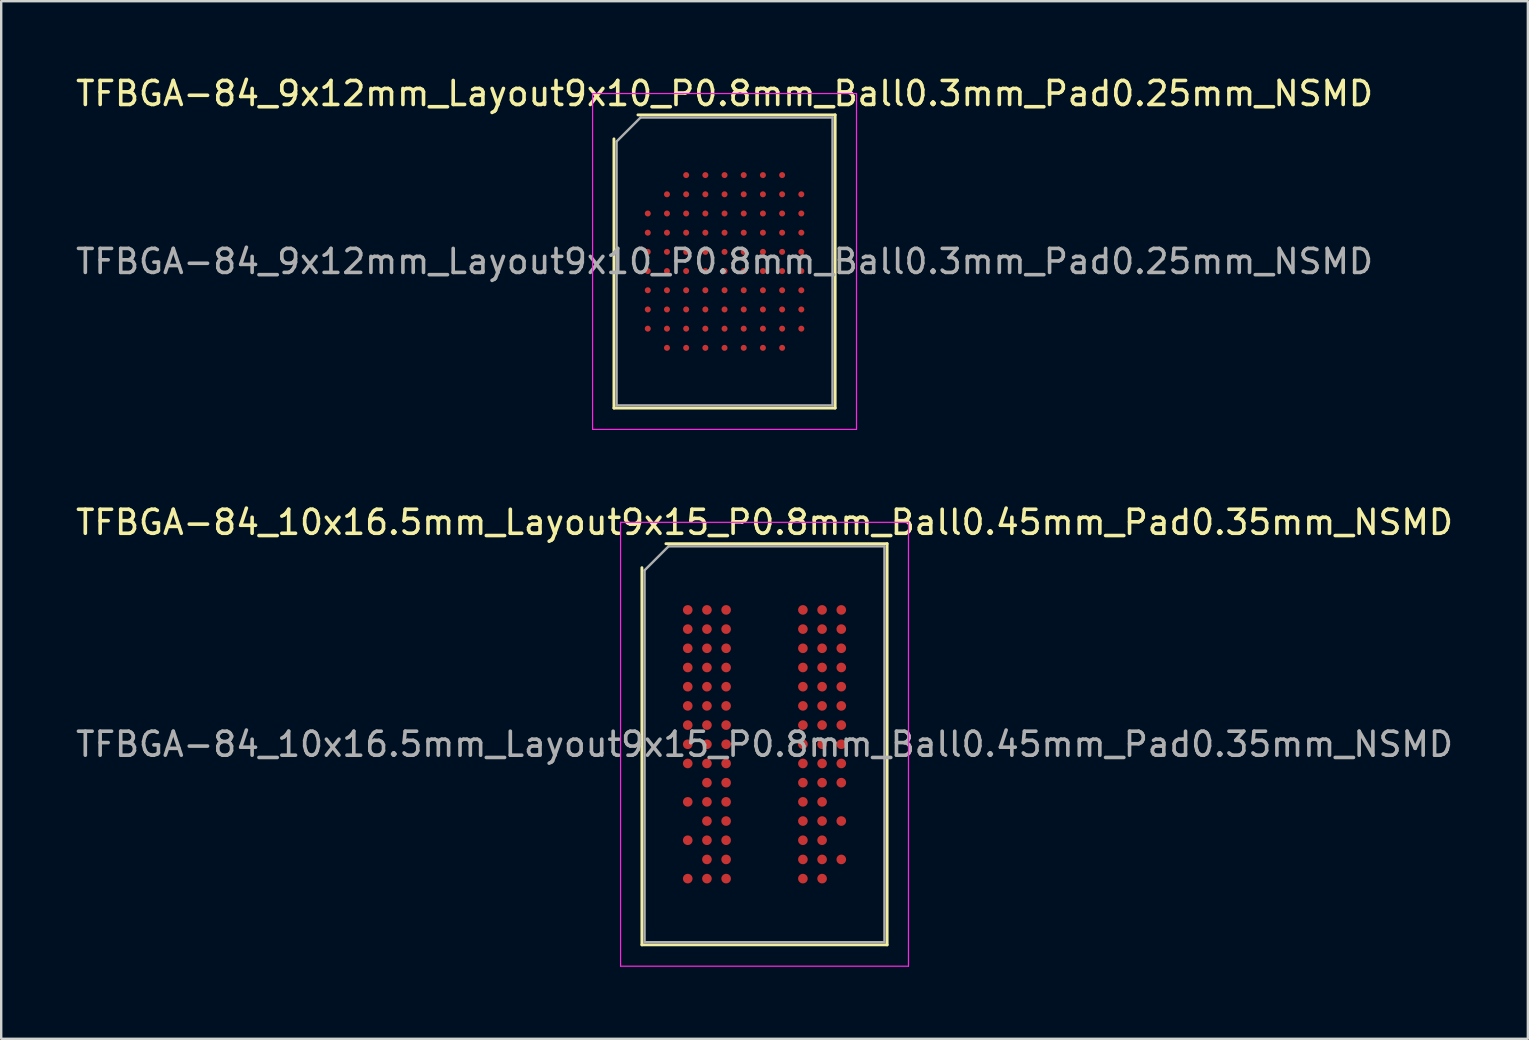
<source format=kicad_pcb>
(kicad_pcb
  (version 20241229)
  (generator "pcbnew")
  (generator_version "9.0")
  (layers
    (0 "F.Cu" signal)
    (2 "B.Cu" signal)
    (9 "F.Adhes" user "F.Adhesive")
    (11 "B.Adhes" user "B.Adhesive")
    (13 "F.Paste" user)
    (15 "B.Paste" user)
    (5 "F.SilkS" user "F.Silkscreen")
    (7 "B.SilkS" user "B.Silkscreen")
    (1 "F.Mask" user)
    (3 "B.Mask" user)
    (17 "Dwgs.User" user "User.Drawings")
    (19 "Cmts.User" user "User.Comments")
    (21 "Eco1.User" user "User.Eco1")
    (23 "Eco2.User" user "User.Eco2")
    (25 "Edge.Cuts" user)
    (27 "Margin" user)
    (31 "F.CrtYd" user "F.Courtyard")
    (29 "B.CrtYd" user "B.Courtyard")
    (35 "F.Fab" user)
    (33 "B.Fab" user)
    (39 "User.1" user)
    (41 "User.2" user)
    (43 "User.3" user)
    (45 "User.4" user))
  (footprint "TFBGA-84_10x16.5mm_Layout9x15_P0.8mm_Ball0.45mm_Pad0.35mm_NSMD"
    (layer "F.Cu")
    (at 28.815 27.971)
    (property "Reference" "TFBGA-84_10x16.5mm_Layout9x15_P0.8mm_Ball0.45mm_Pad0.35mm_NSMD" (at 0 -9.25 0) (layer "F.SilkS") (effects (font (size 1 1) (thickness 0.15))))
    (attr smd)
    (fp_line (start -5.11 8.36) (end -5.11 -7.36) (stroke (width 0.12) (type solid)) (layer "F.SilkS"))
    (fp_line (start -4.11 -8.36) (end 5.11 -8.36) (stroke (width 0.12) (type solid)) (layer "F.SilkS"))
    (fp_line (start 5.11 -8.36) (end 5.11 8.36) (stroke (width 0.12) (type solid)) (layer "F.SilkS"))
    (fp_line (start 5.11 8.36) (end -5.11 8.36) (stroke (width 0.12) (type solid)) (layer "F.SilkS"))
    (fp_line (start -6 -9.25) (end -6 9.25) (stroke (width 0.05) (type solid)) (layer "F.CrtYd"))
    (fp_line (start -6 9.25) (end 6 9.25) (stroke (width 0.05) (type solid)) (layer "F.CrtYd"))
    (fp_line (start 6 -9.25) (end -6 -9.25) (stroke (width 0.05) (type solid)) (layer "F.CrtYd"))
    (fp_line (start 6 9.25) (end 6 -9.25) (stroke (width 0.05) (type solid)) (layer "F.CrtYd"))
    (fp_line (start -5 -7.25) (end -4 -8.25) (stroke (width 0.1) (type solid)) (layer "F.Fab"))
    (fp_line (start -5 8.25) (end -5 -7.25) (stroke (width 0.1) (type solid)) (layer "F.Fab"))
    (fp_line (start -4 -8.25) (end 5 -8.25) (stroke (width 0.1) (type solid)) (layer "F.Fab"))
    (fp_line (start 5 -8.25) (end 5 8.25) (stroke (width 0.1) (type solid)) (layer "F.Fab"))
    (fp_line (start 5 8.25) (end -5 8.25) (stroke (width 0.1) (type solid)) (layer "F.Fab"))
    (fp_text user "${REFERENCE}" (at 0 0 0) (layer "F.Fab") (effects (font (size 1 1) (thickness 0.15))))
    (pad "A1" smd circle (at -3.2 -5.6) (size 0.4 0.4) (layers "F.Cu" "F.Mask" "F.Paste"))
    (pad "A2" smd circle (at -2.4 -5.6) (size 0.4 0.4) (layers "F.Cu" "F.Mask" "F.Paste"))
    (pad "A3" smd circle (at -1.6 -5.6) (size 0.4 0.4) (layers "F.Cu" "F.Mask" "F.Paste"))
    (pad "A7" smd circle (at 1.6 -5.6) (size 0.4 0.4) (layers "F.Cu" "F.Mask" "F.Paste"))
    (pad "A8" smd circle (at 2.4 -5.6) (size 0.4 0.4) (layers "F.Cu" "F.Mask" "F.Paste"))
    (pad "A9" smd circle (at 3.2 -5.6) (size 0.4 0.4) (layers "F.Cu" "F.Mask" "F.Paste"))
    (pad "B1" smd circle (at -3.2 -4.8) (size 0.4 0.4) (layers "F.Cu" "F.Mask" "F.Paste"))
    (pad "B2" smd circle (at -2.4 -4.8) (size 0.4 0.4) (layers "F.Cu" "F.Mask" "F.Paste"))
    (pad "B3" smd circle (at -1.6 -4.8) (size 0.4 0.4) (layers "F.Cu" "F.Mask" "F.Paste"))
    (pad "B7" smd circle (at 1.6 -4.8) (size 0.4 0.4) (layers "F.Cu" "F.Mask" "F.Paste"))
    (pad "B8" smd circle (at 2.4 -4.8) (size 0.4 0.4) (layers "F.Cu" "F.Mask" "F.Paste"))
    (pad "B9" smd circle (at 3.2 -4.8) (size 0.4 0.4) (layers "F.Cu" "F.Mask" "F.Paste"))
    (pad "C1" smd circle (at -3.2 -4) (size 0.4 0.4) (layers "F.Cu" "F.Mask" "F.Paste"))
    (pad "C2" smd circle (at -2.4 -4) (size 0.4 0.4) (layers "F.Cu" "F.Mask" "F.Paste"))
    (pad "C3" smd circle (at -1.6 -4) (size 0.4 0.4) (layers "F.Cu" "F.Mask" "F.Paste"))
    (pad "C7" smd circle (at 1.6 -4) (size 0.4 0.4) (layers "F.Cu" "F.Mask" "F.Paste"))
    (pad "C8" smd circle (at 2.4 -4) (size 0.4 0.4) (layers "F.Cu" "F.Mask" "F.Paste"))
    (pad "C9" smd circle (at 3.2 -4) (size 0.4 0.4) (layers "F.Cu" "F.Mask" "F.Paste"))
    (pad "D1" smd circle (at -3.2 -3.2) (size 0.4 0.4) (layers "F.Cu" "F.Mask" "F.Paste"))
    (pad "D2" smd circle (at -2.4 -3.2) (size 0.4 0.4) (layers "F.Cu" "F.Mask" "F.Paste"))
    (pad "D3" smd circle (at -1.6 -3.2) (size 0.4 0.4) (layers "F.Cu" "F.Mask" "F.Paste"))
    (pad "D7" smd circle (at 1.6 -3.2) (size 0.4 0.4) (layers "F.Cu" "F.Mask" "F.Paste"))
    (pad "D8" smd circle (at 2.4 -3.2) (size 0.4 0.4) (layers "F.Cu" "F.Mask" "F.Paste"))
    (pad "D9" smd circle (at 3.2 -3.2) (size 0.4 0.4) (layers "F.Cu" "F.Mask" "F.Paste"))
    (pad "E1" smd circle (at -3.2 -2.4) (size 0.4 0.4) (layers "F.Cu" "F.Mask" "F.Paste"))
    (pad "E2" smd circle (at -2.4 -2.4) (size 0.4 0.4) (layers "F.Cu" "F.Mask" "F.Paste"))
    (pad "E3" smd circle (at -1.6 -2.4) (size 0.4 0.4) (layers "F.Cu" "F.Mask" "F.Paste"))
    (pad "E7" smd circle (at 1.6 -2.4) (size 0.4 0.4) (layers "F.Cu" "F.Mask" "F.Paste"))
    (pad "E8" smd circle (at 2.4 -2.4) (size 0.4 0.4) (layers "F.Cu" "F.Mask" "F.Paste"))
    (pad "E9" smd circle (at 3.2 -2.4) (size 0.4 0.4) (layers "F.Cu" "F.Mask" "F.Paste"))
    (pad "F1" smd circle (at -3.2 -1.6) (size 0.4 0.4) (layers "F.Cu" "F.Mask" "F.Paste"))
    (pad "F2" smd circle (at -2.4 -1.6) (size 0.4 0.4) (layers "F.Cu" "F.Mask" "F.Paste"))
    (pad "F3" smd circle (at -1.6 -1.6) (size 0.4 0.4) (layers "F.Cu" "F.Mask" "F.Paste"))
    (pad "F7" smd circle (at 1.6 -1.6) (size 0.4 0.4) (layers "F.Cu" "F.Mask" "F.Paste"))
    (pad "F8" smd circle (at 2.4 -1.6) (size 0.4 0.4) (layers "F.Cu" "F.Mask" "F.Paste"))
    (pad "F9" smd circle (at 3.2 -1.6) (size 0.4 0.4) (layers "F.Cu" "F.Mask" "F.Paste"))
    (pad "G1" smd circle (at -3.2 -0.8) (size 0.4 0.4) (layers "F.Cu" "F.Mask" "F.Paste"))
    (pad "G2" smd circle (at -2.4 -0.8) (size 0.4 0.4) (layers "F.Cu" "F.Mask" "F.Paste"))
    (pad "G3" smd circle (at -1.6 -0.8) (size 0.4 0.4) (layers "F.Cu" "F.Mask" "F.Paste"))
    (pad "G7" smd circle (at 1.6 -0.8) (size 0.4 0.4) (layers "F.Cu" "F.Mask" "F.Paste"))
    (pad "G8" smd circle (at 2.4 -0.8) (size 0.4 0.4) (layers "F.Cu" "F.Mask" "F.Paste"))
    (pad "G9" smd circle (at 3.2 -0.8) (size 0.4 0.4) (layers "F.Cu" "F.Mask" "F.Paste"))
    (pad "H1" smd circle (at -3.2 0) (size 0.4 0.4) (layers "F.Cu" "F.Mask" "F.Paste"))
    (pad "H2" smd circle (at -2.4 0) (size 0.4 0.4) (layers "F.Cu" "F.Mask" "F.Paste"))
    (pad "H3" smd circle (at -1.6 0) (size 0.4 0.4) (layers "F.Cu" "F.Mask" "F.Paste"))
    (pad "H7" smd circle (at 1.6 0) (size 0.4 0.4) (layers "F.Cu" "F.Mask" "F.Paste"))
    (pad "H8" smd circle (at 2.4 0) (size 0.4 0.4) (layers "F.Cu" "F.Mask" "F.Paste"))
    (pad "H9" smd circle (at 3.2 0) (size 0.4 0.4) (layers "F.Cu" "F.Mask" "F.Paste"))
    (pad "J1" smd circle (at -3.2 0.8) (size 0.4 0.4) (layers "F.Cu" "F.Mask" "F.Paste"))
    (pad "J2" smd circle (at -2.4 0.8) (size 0.4 0.4) (layers "F.Cu" "F.Mask" "F.Paste"))
    (pad "J3" smd circle (at -1.6 0.8) (size 0.4 0.4) (layers "F.Cu" "F.Mask" "F.Paste"))
    (pad "J7" smd circle (at 1.6 0.8) (size 0.4 0.4) (layers "F.Cu" "F.Mask" "F.Paste"))
    (pad "J8" smd circle (at 2.4 0.8) (size 0.4 0.4) (layers "F.Cu" "F.Mask" "F.Paste"))
    (pad "J9" smd circle (at 3.2 0.8) (size 0.4 0.4) (layers "F.Cu" "F.Mask" "F.Paste"))
    (pad "K2" smd circle (at -2.4 1.6) (size 0.4 0.4) (layers "F.Cu" "F.Mask" "F.Paste"))
    (pad "K3" smd circle (at -1.6 1.6) (size 0.4 0.4) (layers "F.Cu" "F.Mask" "F.Paste"))
    (pad "K7" smd circle (at 1.6 1.6) (size 0.4 0.4) (layers "F.Cu" "F.Mask" "F.Paste"))
    (pad "K8" smd circle (at 2.4 1.6) (size 0.4 0.4) (layers "F.Cu" "F.Mask" "F.Paste"))
    (pad "K9" smd circle (at 3.2 1.6) (size 0.4 0.4) (layers "F.Cu" "F.Mask" "F.Paste"))
    (pad "L1" smd circle (at -3.2 2.4) (size 0.4 0.4) (layers "F.Cu" "F.Mask" "F.Paste"))
    (pad "L2" smd circle (at -2.4 2.4) (size 0.4 0.4) (layers "F.Cu" "F.Mask" "F.Paste"))
    (pad "L3" smd circle (at -1.6 2.4) (size 0.4 0.4) (layers "F.Cu" "F.Mask" "F.Paste"))
    (pad "L7" smd circle (at 1.6 2.4) (size 0.4 0.4) (layers "F.Cu" "F.Mask" "F.Paste"))
    (pad "L8" smd circle (at 2.4 2.4) (size 0.4 0.4) (layers "F.Cu" "F.Mask" "F.Paste"))
    (pad "M2" smd circle (at -2.4 3.2) (size 0.4 0.4) (layers "F.Cu" "F.Mask" "F.Paste"))
    (pad "M3" smd circle (at -1.6 3.2) (size 0.4 0.4) (layers "F.Cu" "F.Mask" "F.Paste"))
    (pad "M7" smd circle (at 1.6 3.2) (size 0.4 0.4) (layers "F.Cu" "F.Mask" "F.Paste"))
    (pad "M8" smd circle (at 2.4 3.2) (size 0.4 0.4) (layers "F.Cu" "F.Mask" "F.Paste"))
    (pad "M9" smd circle (at 3.2 3.2) (size 0.4 0.4) (layers "F.Cu" "F.Mask" "F.Paste"))
    (pad "N1" smd circle (at -3.2 4) (size 0.4 0.4) (layers "F.Cu" "F.Mask" "F.Paste"))
    (pad "N2" smd circle (at -2.4 4) (size 0.4 0.4) (layers "F.Cu" "F.Mask" "F.Paste"))
    (pad "N3" smd circle (at -1.6 4) (size 0.4 0.4) (layers "F.Cu" "F.Mask" "F.Paste"))
    (pad "N7" smd circle (at 1.6 4) (size 0.4 0.4) (layers "F.Cu" "F.Mask" "F.Paste"))
    (pad "N8" smd circle (at 2.4 4) (size 0.4 0.4) (layers "F.Cu" "F.Mask" "F.Paste"))
    (pad "P2" smd circle (at -2.4 4.8) (size 0.4 0.4) (layers "F.Cu" "F.Mask" "F.Paste"))
    (pad "P3" smd circle (at -1.6 4.8) (size 0.4 0.4) (layers "F.Cu" "F.Mask" "F.Paste"))
    (pad "P7" smd circle (at 1.6 4.8) (size 0.4 0.4) (layers "F.Cu" "F.Mask" "F.Paste"))
    (pad "P8" smd circle (at 2.4 4.8) (size 0.4 0.4) (layers "F.Cu" "F.Mask" "F.Paste"))
    (pad "P9" smd circle (at 3.2 4.8) (size 0.4 0.4) (layers "F.Cu" "F.Mask" "F.Paste"))
    (pad "R1" smd circle (at -3.2 5.6) (size 0.4 0.4) (layers "F.Cu" "F.Mask" "F.Paste"))
    (pad "R2" smd circle (at -2.4 5.6) (size 0.4 0.4) (layers "F.Cu" "F.Mask" "F.Paste"))
    (pad "R3" smd circle (at -1.6 5.6) (size 0.4 0.4) (layers "F.Cu" "F.Mask" "F.Paste"))
    (pad "R7" smd circle (at 1.6 5.6) (size 0.4 0.4) (layers "F.Cu" "F.Mask" "F.Paste"))
    (pad "R8" smd circle (at 2.4 5.6) (size 0.4 0.4) (layers "F.Cu" "F.Mask" "F.Paste")))
  (footprint "TFBGA-84_9x12mm_Layout9x10_P0.8mm_Ball0.3mm_Pad0.25mm_NSMD"
    (layer "F.Cu")
    (at 27.149 7.848)
    (property "Reference" "TFBGA-84_9x12mm_Layout9x10_P0.8mm_Ball0.3mm_Pad0.25mm_NSMD" (at 0 -7 0) (layer "F.SilkS") (effects (font (size 1 1) (thickness 0.15))))
    (attr smd)
    (fp_line (start -4.61 6.11) (end -4.61 -5.11) (stroke (width 0.12) (type solid)) (layer "F.SilkS"))
    (fp_line (start -3.61 -6.11) (end 4.61 -6.11) (stroke (width 0.12) (type solid)) (layer "F.SilkS"))
    (fp_line (start 4.61 -6.11) (end 4.61 6.11) (stroke (width 0.12) (type solid)) (layer "F.SilkS"))
    (fp_line (start 4.61 6.11) (end -4.61 6.11) (stroke (width 0.12) (type solid)) (layer "F.SilkS"))
    (fp_line (start -5.5 -7) (end -5.5 7) (stroke (width 0.05) (type solid)) (layer "F.CrtYd"))
    (fp_line (start -5.5 7) (end 5.5 7) (stroke (width 0.05) (type solid)) (layer "F.CrtYd"))
    (fp_line (start 5.5 -7) (end -5.5 -7) (stroke (width 0.05) (type solid)) (layer "F.CrtYd"))
    (fp_line (start 5.5 7) (end 5.5 -7) (stroke (width 0.05) (type solid)) (layer "F.CrtYd"))
    (fp_line (start -4.5 -5) (end -3.5 -6) (stroke (width 0.1) (type solid)) (layer "F.Fab"))
    (fp_line (start -4.5 6) (end -4.5 -5) (stroke (width 0.1) (type solid)) (layer "F.Fab"))
    (fp_line (start -3.5 -6) (end 4.5 -6) (stroke (width 0.1) (type solid)) (layer "F.Fab"))
    (fp_line (start 4.5 -6) (end 4.5 6) (stroke (width 0.1) (type solid)) (layer "F.Fab"))
    (fp_line (start 4.5 6) (end -4.5 6) (stroke (width 0.1) (type solid)) (layer "F.Fab"))
    (fp_text user "${REFERENCE}" (at 0 0 0) (layer "F.Fab") (effects (font (size 1 1) (thickness 0.15))))
    (pad "A3" smd circle (at -1.6 -3.6) (size 0.25 0.25) (layers "F.Cu" "F.Mask" "F.Paste"))
    (pad "A4" smd circle (at -0.8 -3.6) (size 0.25 0.25) (layers "F.Cu" "F.Mask" "F.Paste"))
    (pad "A5" smd circle (at 0 -3.6) (size 0.25 0.25) (layers "F.Cu" "F.Mask" "F.Paste"))
    (pad "A6" smd circle (at 0.8 -3.6) (size 0.25 0.25) (layers "F.Cu" "F.Mask" "F.Paste"))
    (pad "A7" smd circle (at 1.6 -3.6) (size 0.25 0.25) (layers "F.Cu" "F.Mask" "F.Paste"))
    (pad "A8" smd circle (at 2.4 -3.6) (size 0.25 0.25) (layers "F.Cu" "F.Mask" "F.Paste"))
    (pad "B2" smd circle (at -2.4 -2.8) (size 0.25 0.25) (layers "F.Cu" "F.Mask" "F.Paste"))
    (pad "B3" smd circle (at -1.6 -2.8) (size 0.25 0.25) (layers "F.Cu" "F.Mask" "F.Paste"))
    (pad "B4" smd circle (at -0.8 -2.8) (size 0.25 0.25) (layers "F.Cu" "F.Mask" "F.Paste"))
    (pad "B5" smd circle (at 0 -2.8) (size 0.25 0.25) (layers "F.Cu" "F.Mask" "F.Paste"))
    (pad "B6" smd circle (at 0.8 -2.8) (size 0.25 0.25) (layers "F.Cu" "F.Mask" "F.Paste"))
    (pad "B7" smd circle (at 1.6 -2.8) (size 0.25 0.25) (layers "F.Cu" "F.Mask" "F.Paste"))
    (pad "B8" smd circle (at 2.4 -2.8) (size 0.25 0.25) (layers "F.Cu" "F.Mask" "F.Paste"))
    (pad "B9" smd circle (at 3.2 -2.8) (size 0.25 0.25) (layers "F.Cu" "F.Mask" "F.Paste"))
    (pad "C1" smd circle (at -3.2 -2) (size 0.25 0.25) (layers "F.Cu" "F.Mask" "F.Paste"))
    (pad "C2" smd circle (at -2.4 -2) (size 0.25 0.25) (layers "F.Cu" "F.Mask" "F.Paste"))
    (pad "C3" smd circle (at -1.6 -2) (size 0.25 0.25) (layers "F.Cu" "F.Mask" "F.Paste"))
    (pad "C4" smd circle (at -0.8 -2) (size 0.25 0.25) (layers "F.Cu" "F.Mask" "F.Paste"))
    (pad "C5" smd circle (at 0 -2) (size 0.25 0.25) (layers "F.Cu" "F.Mask" "F.Paste"))
    (pad "C6" smd circle (at 0.8 -2) (size 0.25 0.25) (layers "F.Cu" "F.Mask" "F.Paste"))
    (pad "C7" smd circle (at 1.6 -2) (size 0.25 0.25) (layers "F.Cu" "F.Mask" "F.Paste"))
    (pad "C8" smd circle (at 2.4 -2) (size 0.25 0.25) (layers "F.Cu" "F.Mask" "F.Paste"))
    (pad "C9" smd circle (at 3.2 -2) (size 0.25 0.25) (layers "F.Cu" "F.Mask" "F.Paste"))
    (pad "D1" smd circle (at -3.2 -1.2) (size 0.25 0.25) (layers "F.Cu" "F.Mask" "F.Paste"))
    (pad "D2" smd circle (at -2.4 -1.2) (size 0.25 0.25) (layers "F.Cu" "F.Mask" "F.Paste"))
    (pad "D3" smd circle (at -1.6 -1.2) (size 0.25 0.25) (layers "F.Cu" "F.Mask" "F.Paste"))
    (pad "D4" smd circle (at -0.8 -1.2) (size 0.25 0.25) (layers "F.Cu" "F.Mask" "F.Paste"))
    (pad "D5" smd circle (at 0 -1.2) (size 0.25 0.25) (layers "F.Cu" "F.Mask" "F.Paste"))
    (pad "D6" smd circle (at 0.8 -1.2) (size 0.25 0.25) (layers "F.Cu" "F.Mask" "F.Paste"))
    (pad "D7" smd circle (at 1.6 -1.2) (size 0.25 0.25) (layers "F.Cu" "F.Mask" "F.Paste"))
    (pad "D8" smd circle (at 2.4 -1.2) (size 0.25 0.25) (layers "F.Cu" "F.Mask" "F.Paste"))
    (pad "D9" smd circle (at 3.2 -1.2) (size 0.25 0.25) (layers "F.Cu" "F.Mask" "F.Paste"))
    (pad "E1" smd circle (at -3.2 -0.4) (size 0.25 0.25) (layers "F.Cu" "F.Mask" "F.Paste"))
    (pad "E2" smd circle (at -2.4 -0.4) (size 0.25 0.25) (layers "F.Cu" "F.Mask" "F.Paste"))
    (pad "E3" smd circle (at -1.6 -0.4) (size 0.25 0.25) (layers "F.Cu" "F.Mask" "F.Paste"))
    (pad "E4" smd circle (at -0.8 -0.4) (size 0.25 0.25) (layers "F.Cu" "F.Mask" "F.Paste"))
    (pad "E5" smd circle (at 0 -0.4) (size 0.25 0.25) (layers "F.Cu" "F.Mask" "F.Paste"))
    (pad "E6" smd circle (at 0.8 -0.4) (size 0.25 0.25) (layers "F.Cu" "F.Mask" "F.Paste"))
    (pad "E7" smd circle (at 1.6 -0.4) (size 0.25 0.25) (layers "F.Cu" "F.Mask" "F.Paste"))
    (pad "E8" smd circle (at 2.4 -0.4) (size 0.25 0.25) (layers "F.Cu" "F.Mask" "F.Paste"))
    (pad "E9" smd circle (at 3.2 -0.4) (size 0.25 0.25) (layers "F.Cu" "F.Mask" "F.Paste"))
    (pad "F1" smd circle (at -3.2 0.4) (size 0.25 0.25) (layers "F.Cu" "F.Mask" "F.Paste"))
    (pad "F2" smd circle (at -2.4 0.4) (size 0.25 0.25) (layers "F.Cu" "F.Mask" "F.Paste"))
    (pad "F3" smd circle (at -1.6 0.4) (size 0.25 0.25) (layers "F.Cu" "F.Mask" "F.Paste"))
    (pad "F4" smd circle (at -0.8 0.4) (size 0.25 0.25) (layers "F.Cu" "F.Mask" "F.Paste"))
    (pad "F5" smd circle (at 0 0.4) (size 0.25 0.25) (layers "F.Cu" "F.Mask" "F.Paste"))
    (pad "F6" smd circle (at 0.8 0.4) (size 0.25 0.25) (layers "F.Cu" "F.Mask" "F.Paste"))
    (pad "F7" smd circle (at 1.6 0.4) (size 0.25 0.25) (layers "F.Cu" "F.Mask" "F.Paste"))
    (pad "F8" smd circle (at 2.4 0.4) (size 0.25 0.25) (layers "F.Cu" "F.Mask" "F.Paste"))
    (pad "F9" smd circle (at 3.2 0.4) (size 0.25 0.25) (layers "F.Cu" "F.Mask" "F.Paste"))
    (pad "G1" smd circle (at -3.2 1.2) (size 0.25 0.25) (layers "F.Cu" "F.Mask" "F.Paste"))
    (pad "G2" smd circle (at -2.4 1.2) (size 0.25 0.25) (layers "F.Cu" "F.Mask" "F.Paste"))
    (pad "G3" smd circle (at -1.6 1.2) (size 0.25 0.25) (layers "F.Cu" "F.Mask" "F.Paste"))
    (pad "G4" smd circle (at -0.8 1.2) (size 0.25 0.25) (layers "F.Cu" "F.Mask" "F.Paste"))
    (pad "G5" smd circle (at 0 1.2) (size 0.25 0.25) (layers "F.Cu" "F.Mask" "F.Paste"))
    (pad "G6" smd circle (at 0.8 1.2) (size 0.25 0.25) (layers "F.Cu" "F.Mask" "F.Paste"))
    (pad "G7" smd circle (at 1.6 1.2) (size 0.25 0.25) (layers "F.Cu" "F.Mask" "F.Paste"))
    (pad "G8" smd circle (at 2.4 1.2) (size 0.25 0.25) (layers "F.Cu" "F.Mask" "F.Paste"))
    (pad "G9" smd circle (at 3.2 1.2) (size 0.25 0.25) (layers "F.Cu" "F.Mask" "F.Paste"))
    (pad "H1" smd circle (at -3.2 2) (size 0.25 0.25) (layers "F.Cu" "F.Mask" "F.Paste"))
    (pad "H2" smd circle (at -2.4 2) (size 0.25 0.25) (layers "F.Cu" "F.Mask" "F.Paste"))
    (pad "H3" smd circle (at -1.6 2) (size 0.25 0.25) (layers "F.Cu" "F.Mask" "F.Paste"))
    (pad "H4" smd circle (at -0.8 2) (size 0.25 0.25) (layers "F.Cu" "F.Mask" "F.Paste"))
    (pad "H5" smd circle (at 0 2) (size 0.25 0.25) (layers "F.Cu" "F.Mask" "F.Paste"))
    (pad "H6" smd circle (at 0.8 2) (size 0.25 0.25) (layers "F.Cu" "F.Mask" "F.Paste"))
    (pad "H7" smd circle (at 1.6 2) (size 0.25 0.25) (layers "F.Cu" "F.Mask" "F.Paste"))
    (pad "H8" smd circle (at 2.4 2) (size 0.25 0.25) (layers "F.Cu" "F.Mask" "F.Paste"))
    (pad "H9" smd circle (at 3.2 2) (size 0.25 0.25) (layers "F.Cu" "F.Mask" "F.Paste"))
    (pad "J1" smd circle (at -3.2 2.8) (size 0.25 0.25) (layers "F.Cu" "F.Mask" "F.Paste"))
    (pad "J2" smd circle (at -2.4 2.8) (size 0.25 0.25) (layers "F.Cu" "F.Mask" "F.Paste"))
    (pad "J3" smd circle (at -1.6 2.8) (size 0.25 0.25) (layers "F.Cu" "F.Mask" "F.Paste"))
    (pad "J4" smd circle (at -0.8 2.8) (size 0.25 0.25) (layers "F.Cu" "F.Mask" "F.Paste"))
    (pad "J5" smd circle (at 0 2.8) (size 0.25 0.25) (layers "F.Cu" "F.Mask" "F.Paste"))
    (pad "J6" smd circle (at 0.8 2.8) (size 0.25 0.25) (layers "F.Cu" "F.Mask" "F.Paste"))
    (pad "J7" smd circle (at 1.6 2.8) (size 0.25 0.25) (layers "F.Cu" "F.Mask" "F.Paste"))
    (pad "J8" smd circle (at 2.4 2.8) (size 0.25 0.25) (layers "F.Cu" "F.Mask" "F.Paste"))
    (pad "J9" smd circle (at 3.2 2.8) (size 0.25 0.25) (layers "F.Cu" "F.Mask" "F.Paste"))
    (pad "K2" smd circle (at -2.4 3.6) (size 0.25 0.25) (layers "F.Cu" "F.Mask" "F.Paste"))
    (pad "K3" smd circle (at -1.6 3.6) (size 0.25 0.25) (layers "F.Cu" "F.Mask" "F.Paste"))
    (pad "K4" smd circle (at -0.8 3.6) (size 0.25 0.25) (layers "F.Cu" "F.Mask" "F.Paste"))
    (pad "K5" smd circle (at 0 3.6) (size 0.25 0.25) (layers "F.Cu" "F.Mask" "F.Paste"))
    (pad "K6" smd circle (at 0.8 3.6) (size 0.25 0.25) (layers "F.Cu" "F.Mask" "F.Paste"))
    (pad "K7" smd circle (at 1.6 3.6) (size 0.25 0.25) (layers "F.Cu" "F.Mask" "F.Paste"))
    (pad "K8" smd circle (at 2.4 3.6) (size 0.25 0.25) (layers "F.Cu" "F.Mask" "F.Paste")))
  (gr_rect
    (start -3 -3)
    (end 60.631 40.246)
    (stroke (width 0.1) (type default))
    (fill no)
    (layer "Edge.Cuts")))
</source>
